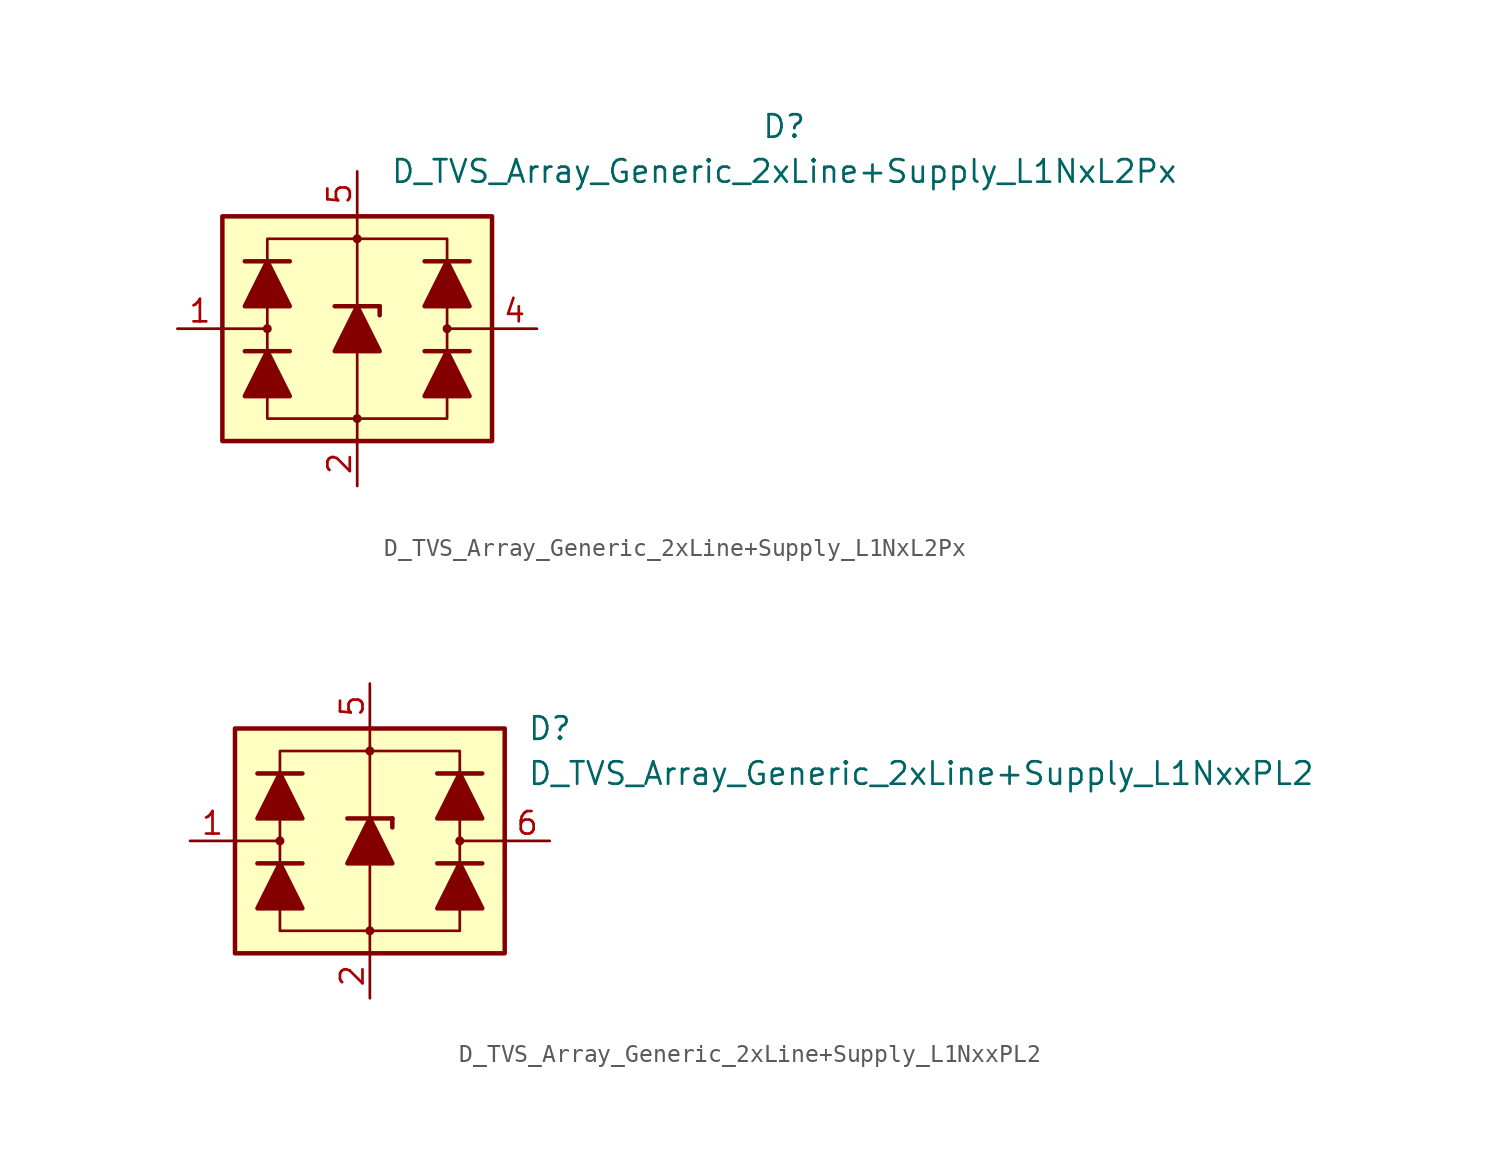
<source format=kicad_sym>
(kicad_symbol_lib
  (version 20211014)
  (generator kicad_symbol_editor)
  (symbol "D_TVS_Array_Generic_2xLine+Supply_L1NxL2Px"
    (pin_names
      (offset 1.016) hide)
    (property "Reference" "D"
      (at 24.13 11.43 0)
      (effects (font (size 1.27 1.27))))
    (property "Value" "D_TVS_Array_Generic_2xLine+Supply_L1NxL2Px"
      (at 24.13 8.89 0)
      (effects (font (size 1.27 1.27))))
    (symbol "D_TVS_Array_Generic_2xLine+Supply_L1NxL2Px_0_1"
      (rectangle (start -7.62 6.35) (end 7.62 -6.35) (stroke (width 0.254) (type default) (color 0 0 0 0)) (fill (type background)))
      (circle (center -5.08 0) (radius 0.178) (stroke (width 0) (type default) (color 0 0 0 0)) (fill (type outline)))
      (polyline (pts (xy -5.08 -1.27) (xy -5.08 1.27)) (stroke (width 0) (type default) (color 0 0 0 0)) (fill (type none)))
      (polyline (pts (xy -5.08 0) (xy -7.62 0)) (stroke (width 0) (type default) (color 0 0 0 0)) (fill (type none)))
      (polyline (pts (xy 0 -5.08) (xy 0 -6.35)) (stroke (width 0) (type default) (color 0 0 0 0)) (fill (type none)))
      (polyline (pts (xy 0 -1.27) (xy 0 -5.08)) (stroke (width 0) (type default) (color 0 0 0 0)) (fill (type none)))
      (polyline (pts (xy 0 1.27) (xy 0 6.35)) (stroke (width 0) (type default) (color 0 0 0 0)) (fill (type none)))
      (polyline (pts (xy 5.08 -1.27) (xy 5.08 1.27)) (stroke (width 0) (type default) (color 0 0 0 0)) (fill (type none)))
      (polyline (pts (xy 5.08 0) (xy 7.62 0)) (stroke (width 0) (type default) (color 0 0 0 0)) (fill (type none)))
      (polyline (pts (xy -5.08 -3.81) (xy -5.08 -5.08) (xy 5.08 -5.08) (xy 5.08 -3.81)) (stroke (width 0) (type default) (color 0 0 0 0)) (fill (type none)))
      (polyline (pts (xy -5.08 3.81) (xy -5.08 5.08) (xy 5.08 5.08) (xy 5.08 3.81)) (stroke (width 0) (type default) (color 0 0 0 0)) (fill (type none)))
      (circle (center 0 5.08) (radius 0.178) (stroke (width 0) (type default) (color 0 0 0 0)) (fill (type outline)))
      (circle (center 5.08 0) (radius 0.178) (stroke (width 0) (type default) (color 0 0 0 0)) (fill (type outline))))
    (symbol "D_TVS_Array_Generic_2xLine+Supply_L1NxL2Px_1_1"
      (circle (center 0 -5.08) (radius 0.178) (stroke (width 0) (type default) (color 0 0 0 0)) (fill (type outline)))
      (polyline (pts (xy -5.08 -3.81) (xy -5.08 -1.27)) (stroke (width 0) (type default) (color 0 0 0 0)) (fill (type none)))
      (polyline (pts (xy -5.08 1.27) (xy -5.08 3.81)) (stroke (width 0) (type default) (color 0 0 0 0)) (fill (type none)))
      (polyline (pts (xy -3.81 -1.27) (xy -6.35 -1.27)) (stroke (width 0.254) (type default) (color 0 0 0 0)) (fill (type none)))
      (polyline (pts (xy -3.81 3.81) (xy -6.35 3.81)) (stroke (width 0.254) (type default) (color 0 0 0 0)) (fill (type none)))
      (polyline (pts (xy -1.27 1.27) (xy 1.27 1.27)) (stroke (width 0.254) (type default) (color 0 0 0 0)) (fill (type none)))
      (polyline (pts (xy 0 -1.27) (xy 0 1.27)) (stroke (width 0) (type default) (color 0 0 0 0)) (fill (type none)))
      (polyline (pts (xy 1.27 1.27) (xy 1.27 0.762)) (stroke (width 0.254) (type default) (color 0 0 0 0)) (fill (type none)))
      (polyline (pts (xy 5.08 -3.81) (xy 5.08 -1.27)) (stroke (width 0) (type default) (color 0 0 0 0)) (fill (type none)))
      (polyline (pts (xy 5.08 1.27) (xy 5.08 3.81)) (stroke (width 0) (type default) (color 0 0 0 0)) (fill (type none)))
      (polyline (pts (xy 6.35 -1.27) (xy 3.81 -1.27)) (stroke (width 0.254) (type default) (color 0 0 0 0)) (fill (type none)))
      (polyline (pts (xy 6.35 3.81) (xy 3.81 3.81)) (stroke (width 0.254) (type default) (color 0 0 0 0)) (fill (type none)))
      (polyline (pts (xy -3.81 -3.81) (xy -6.35 -3.81) (xy -5.08 -1.27) (xy -3.81 -3.81)) (stroke (width 0.254) (type default) (color 0 0 0 0)) (fill (type outline)))
      (polyline (pts (xy -3.81 1.27) (xy -6.35 1.27) (xy -5.08 3.81) (xy -3.81 1.27)) (stroke (width 0.254) (type default) (color 0 0 0 0)) (fill (type outline)))
      (polyline (pts (xy 1.27 -1.27) (xy -1.27 -1.27) (xy 0 1.27) (xy 1.27 -1.27)) (stroke (width 0.254) (type default) (color 0 0 0 0)) (fill (type outline)))
      (polyline (pts (xy 6.35 -3.81) (xy 3.81 -3.81) (xy 5.08 -1.27) (xy 6.35 -3.81)) (stroke (width 0.254) (type default) (color 0 0 0 0)) (fill (type outline)))
      (polyline (pts (xy 6.35 1.27) (xy 3.81 1.27) (xy 5.08 3.81) (xy 6.35 1.27)) (stroke (width 0.254) (type default) (color 0 0 0 0)) (fill (type outline)))
      (pin passive line (at -10.16 0 0) (length 2.54) (name "L1" (effects (font (size 1.27 1.27)))) (number "1" (effects (font (size 1.27 1.27)))))
      (pin passive line (at 0 -8.89 90) (length 2.54) (name "VN" (effects (font (size 1.27 1.27)))) (number "2" (effects (font (size 1.27 1.27)))))
      (pin passive line (at 10.16 0 180) (length 2.54) (name "L2" (effects (font (size 1.27 1.27)))) (number "4" (effects (font (size 1.27 1.27)))))
      (pin passive line (at 0 8.89 270) (length 2.54) (name "VP" (effects (font (size 1.27 1.27)))) (number "5" (effects (font (size 1.27 1.27)))))))
  (symbol "D_TVS_Array_Generic_2xLine+Supply_L1NxxPL2"
    (pin_names
      (offset 1.016) hide)
    (property "Reference" "D"
      (at 8.89 6.35 0)
      (effects (font (size 1.27 1.27)) (justify left)))
    (property "Value" "D_TVS_Array_Generic_2xLine+Supply_L1NxxPL2"
      (at 8.89 3.81 0)
      (effects (font (size 1.27 1.27)) (justify left)))
    (symbol "D_TVS_Array_Generic_2xLine+Supply_L1NxxPL2_0_1"
      (rectangle (start -7.62 6.35) (end 7.62 -6.35) (stroke (width 0.254) (type default) (color 0 0 0 0)) (fill (type background)))
      (circle (center -5.08 0) (radius 0.178) (stroke (width 0) (type default) (color 0 0 0 0)) (fill (type outline)))
      (polyline (pts (xy -5.08 -1.27) (xy -5.08 1.27)) (stroke (width 0) (type default) (color 0 0 0 0)) (fill (type none)))
      (polyline (pts (xy -5.08 0) (xy -7.62 0)) (stroke (width 0) (type default) (color 0 0 0 0)) (fill (type none)))
      (polyline (pts (xy 0 -5.08) (xy 0 -6.35)) (stroke (width 0) (type default) (color 0 0 0 0)) (fill (type none)))
      (polyline (pts (xy 0 -1.27) (xy 0 -5.08)) (stroke (width 0) (type default) (color 0 0 0 0)) (fill (type none)))
      (polyline (pts (xy 0 1.27) (xy 0 6.35)) (stroke (width 0) (type default) (color 0 0 0 0)) (fill (type none)))
      (polyline (pts (xy 5.08 -1.27) (xy 5.08 1.27)) (stroke (width 0) (type default) (color 0 0 0 0)) (fill (type none)))
      (polyline (pts (xy 5.08 0) (xy 7.62 0)) (stroke (width 0) (type default) (color 0 0 0 0)) (fill (type none)))
      (polyline (pts (xy -5.08 -3.81) (xy -5.08 -5.08) (xy 5.08 -5.08) (xy 5.08 -3.81)) (stroke (width 0) (type default) (color 0 0 0 0)) (fill (type none)))
      (polyline (pts (xy -5.08 3.81) (xy -5.08 5.08) (xy 5.08 5.08) (xy 5.08 3.81)) (stroke (width 0) (type default) (color 0 0 0 0)) (fill (type none)))
      (circle (center 0 5.08) (radius 0.178) (stroke (width 0) (type default) (color 0 0 0 0)) (fill (type outline)))
      (circle (center 5.08 0) (radius 0.178) (stroke (width 0) (type default) (color 0 0 0 0)) (fill (type outline))))
    (symbol "D_TVS_Array_Generic_2xLine+Supply_L1NxxPL2_1_1"
      (circle (center 0 -5.08) (radius 0.178) (stroke (width 0) (type default) (color 0 0 0 0)) (fill (type outline)))
      (polyline (pts (xy -5.08 -3.81) (xy -5.08 -1.27)) (stroke (width 0) (type default) (color 0 0 0 0)) (fill (type none)))
      (polyline (pts (xy -5.08 1.27) (xy -5.08 3.81)) (stroke (width 0) (type default) (color 0 0 0 0)) (fill (type none)))
      (polyline (pts (xy -3.81 -1.27) (xy -6.35 -1.27)) (stroke (width 0.254) (type default) (color 0 0 0 0)) (fill (type none)))
      (polyline (pts (xy -3.81 3.81) (xy -6.35 3.81)) (stroke (width 0.254) (type default) (color 0 0 0 0)) (fill (type none)))
      (polyline (pts (xy -1.27 1.27) (xy 1.27 1.27)) (stroke (width 0.254) (type default) (color 0 0 0 0)) (fill (type none)))
      (polyline (pts (xy 0 -1.27) (xy 0 1.27)) (stroke (width 0) (type default) (color 0 0 0 0)) (fill (type none)))
      (polyline (pts (xy 1.27 1.27) (xy 1.27 0.762)) (stroke (width 0.254) (type default) (color 0 0 0 0)) (fill (type none)))
      (polyline (pts (xy 5.08 -3.81) (xy 5.08 -1.27)) (stroke (width 0) (type default) (color 0 0 0 0)) (fill (type none)))
      (polyline (pts (xy 5.08 1.27) (xy 5.08 3.81)) (stroke (width 0) (type default) (color 0 0 0 0)) (fill (type none)))
      (polyline (pts (xy 6.35 -1.27) (xy 3.81 -1.27)) (stroke (width 0.254) (type default) (color 0 0 0 0)) (fill (type none)))
      (polyline (pts (xy 6.35 3.81) (xy 3.81 3.81)) (stroke (width 0.254) (type default) (color 0 0 0 0)) (fill (type none)))
      (polyline (pts (xy -3.81 -3.81) (xy -6.35 -3.81) (xy -5.08 -1.27) (xy -3.81 -3.81)) (stroke (width 0.254) (type default) (color 0 0 0 0)) (fill (type outline)))
      (polyline (pts (xy -3.81 1.27) (xy -6.35 1.27) (xy -5.08 3.81) (xy -3.81 1.27)) (stroke (width 0.254) (type default) (color 0 0 0 0)) (fill (type outline)))
      (polyline (pts (xy 1.27 -1.27) (xy -1.27 -1.27) (xy 0 1.27) (xy 1.27 -1.27)) (stroke (width 0.254) (type default) (color 0 0 0 0)) (fill (type outline)))
      (polyline (pts (xy 6.35 -3.81) (xy 3.81 -3.81) (xy 5.08 -1.27) (xy 6.35 -3.81)) (stroke (width 0.254) (type default) (color 0 0 0 0)) (fill (type outline)))
      (polyline (pts (xy 6.35 1.27) (xy 3.81 1.27) (xy 5.08 3.81) (xy 6.35 1.27)) (stroke (width 0.254) (type default) (color 0 0 0 0)) (fill (type outline)))
      (pin passive line (at -10.16 0 0) (length 2.54) (name "L1" (effects (font (size 1.27 1.27)))) (number "1" (effects (font (size 1.27 1.27)))))
      (pin passive line (at 0 -8.89 90) (length 2.54) (name "VN" (effects (font (size 1.27 1.27)))) (number "2" (effects (font (size 1.27 1.27)))))
      (pin passive line (at 0 8.89 270) (length 2.54) (name "VP" (effects (font (size 1.27 1.27)))) (number "5" (effects (font (size 1.27 1.27)))))
      (pin passive line (at 10.16 0 180) (length 2.54) (name "L2" (effects (font (size 1.27 1.27)))) (number "6" (effects (font (size 1.27 1.27))))))))
</source>
